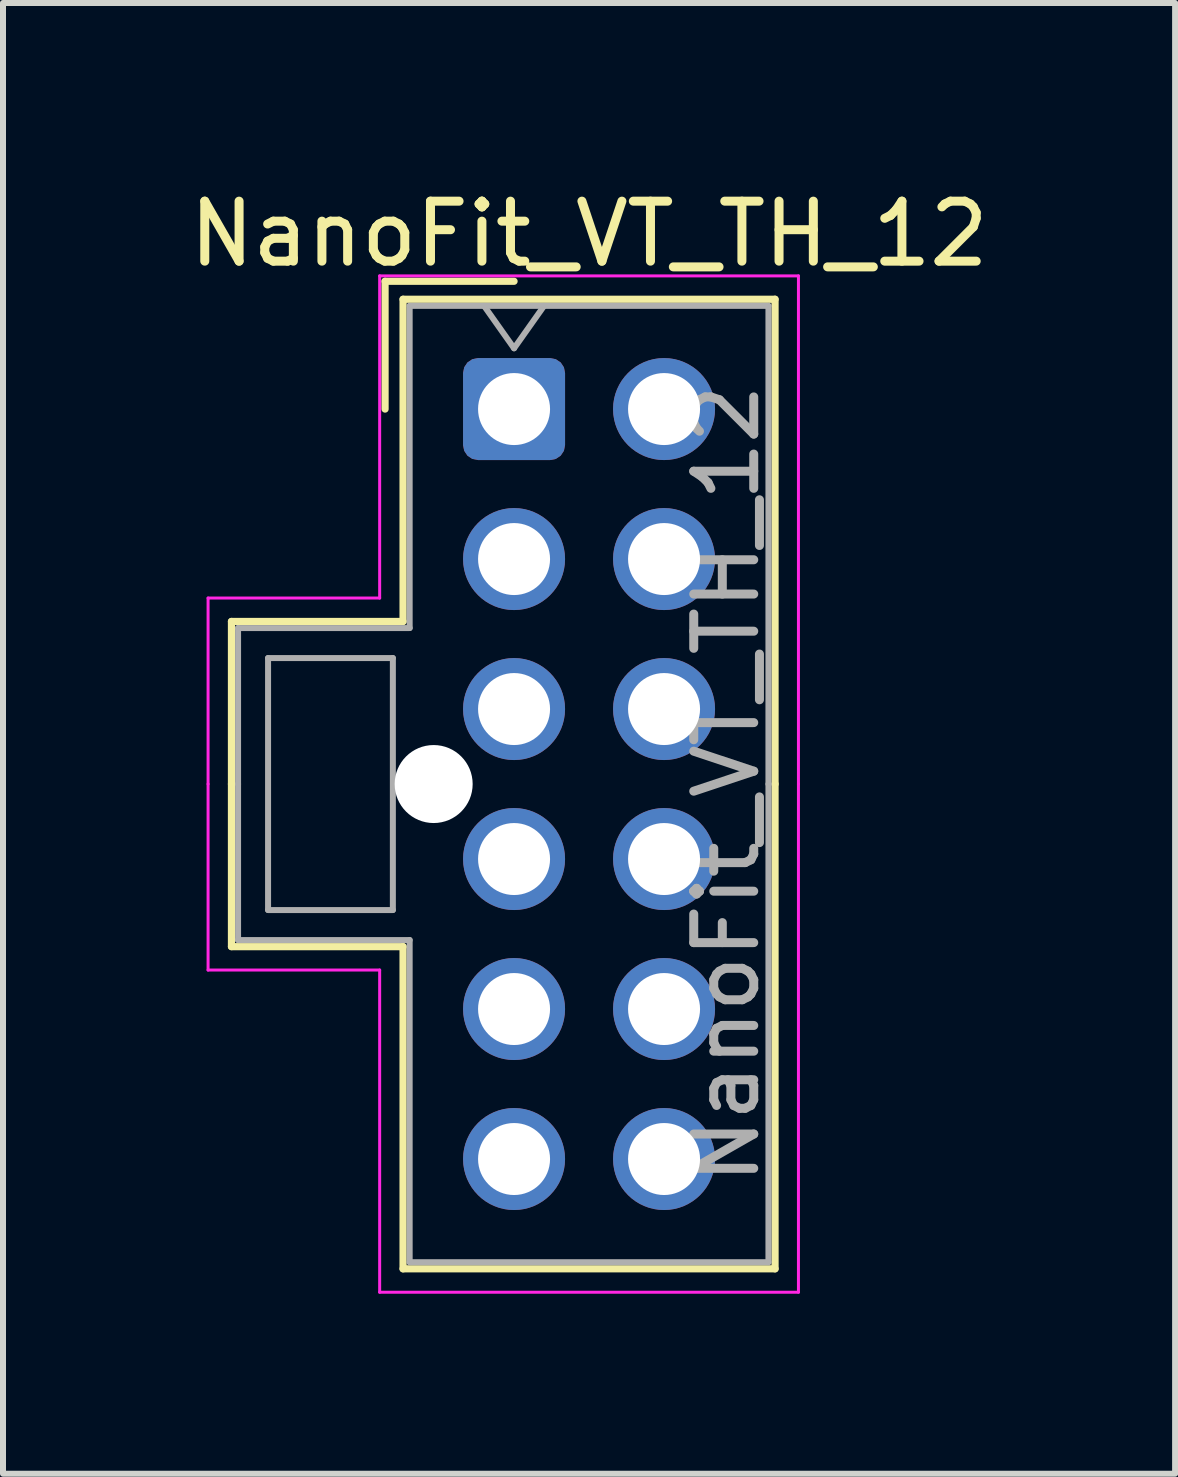
<source format=kicad_pcb>
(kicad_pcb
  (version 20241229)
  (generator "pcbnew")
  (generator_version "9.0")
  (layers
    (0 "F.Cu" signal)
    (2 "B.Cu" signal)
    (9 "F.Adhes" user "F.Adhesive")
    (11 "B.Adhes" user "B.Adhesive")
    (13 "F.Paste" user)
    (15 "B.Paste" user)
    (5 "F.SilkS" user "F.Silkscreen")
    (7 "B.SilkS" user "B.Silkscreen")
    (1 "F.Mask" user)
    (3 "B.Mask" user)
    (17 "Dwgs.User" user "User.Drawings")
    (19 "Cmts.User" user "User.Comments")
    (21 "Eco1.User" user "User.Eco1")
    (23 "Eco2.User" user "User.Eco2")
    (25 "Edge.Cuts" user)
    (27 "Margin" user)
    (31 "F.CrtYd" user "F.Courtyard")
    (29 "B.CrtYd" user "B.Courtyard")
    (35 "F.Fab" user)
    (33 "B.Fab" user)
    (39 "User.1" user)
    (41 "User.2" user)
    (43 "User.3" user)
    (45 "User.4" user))
  (footprint "NanoFit_VT_TH_12"
    (layer "F.Cu")
    (at 5.518 3.768)
    (property "Reference" "NanoFit_VT_TH_12" (at 1.25 -2.92 0) (layer "F.SilkS") (effects (font (size 1 1) (thickness 0.15))))
    (attr through_hole)
    (fp_line (start -4.71 3.54) (end -4.71 6.25) (stroke (width 0.12) (type solid)) (layer "F.SilkS"))
    (fp_line (start -4.71 8.96) (end -4.71 6.25) (stroke (width 0.12) (type solid)) (layer "F.SilkS"))
    (fp_line (start -2.15 -2.13) (end -2.15 0) (stroke (width 0.12) (type solid)) (layer "F.SilkS"))
    (fp_line (start -1.85 -1.83) (end -1.85 3.54) (stroke (width 0.12) (type solid)) (layer "F.SilkS"))
    (fp_line (start -1.85 3.54) (end -4.71 3.54) (stroke (width 0.12) (type solid)) (layer "F.SilkS"))
    (fp_line (start -1.85 8.96) (end -4.71 8.96) (stroke (width 0.12) (type solid)) (layer "F.SilkS"))
    (fp_line (start -1.85 14.33) (end -1.85 8.96) (stroke (width 0.12) (type solid)) (layer "F.SilkS"))
    (fp_line (start 0 -2.13) (end -2.15 -2.13) (stroke (width 0.12) (type solid)) (layer "F.SilkS"))
    (fp_line (start 4.35 -1.83) (end -1.85 -1.83) (stroke (width 0.12) (type solid)) (layer "F.SilkS"))
    (fp_line (start 4.35 6.25) (end 4.35 -1.83) (stroke (width 0.12) (type solid)) (layer "F.SilkS"))
    (fp_line (start 4.35 6.25) (end 4.35 14.33) (stroke (width 0.12) (type solid)) (layer "F.SilkS"))
    (fp_line (start 4.35 14.33) (end -1.85 14.33) (stroke (width 0.12) (type solid)) (layer "F.SilkS"))
    (fp_line (start -5.1 3.15) (end -5.1 6.25) (stroke (width 0.05) (type solid)) (layer "F.CrtYd"))
    (fp_line (start -5.1 9.35) (end -5.1 6.25) (stroke (width 0.05) (type solid)) (layer "F.CrtYd"))
    (fp_line (start -2.24 -2.22) (end -2.24 3.15) (stroke (width 0.05) (type solid)) (layer "F.CrtYd"))
    (fp_line (start -2.24 3.15) (end -5.1 3.15) (stroke (width 0.05) (type solid)) (layer "F.CrtYd"))
    (fp_line (start -2.24 9.35) (end -5.1 9.35) (stroke (width 0.05) (type solid)) (layer "F.CrtYd"))
    (fp_line (start -2.24 14.72) (end -2.24 9.35) (stroke (width 0.05) (type solid)) (layer "F.CrtYd"))
    (fp_line (start 4.74 -2.22) (end -2.24 -2.22) (stroke (width 0.05) (type solid)) (layer "F.CrtYd"))
    (fp_line (start 4.74 6.25) (end 4.74 -2.22) (stroke (width 0.05) (type solid)) (layer "F.CrtYd"))
    (fp_line (start 4.74 6.25) (end 4.74 14.72) (stroke (width 0.05) (type solid)) (layer "F.CrtYd"))
    (fp_line (start 4.74 14.72) (end -2.24 14.72) (stroke (width 0.05) (type solid)) (layer "F.CrtYd"))
    (fp_line (start -4.6 3.65) (end -4.6 6.25) (stroke (width 0.1) (type solid)) (layer "F.Fab"))
    (fp_line (start -4.6 8.85) (end -4.6 6.25) (stroke (width 0.1) (type solid)) (layer "F.Fab"))
    (fp_line (start -4.1 4.15) (end -4.1 8.35) (stroke (width 0.1) (type solid)) (layer "F.Fab"))
    (fp_line (start -4.1 8.35) (end -2.02 8.35) (stroke (width 0.1) (type solid)) (layer "F.Fab"))
    (fp_line (start -2.02 4.15) (end -4.1 4.15) (stroke (width 0.1) (type solid)) (layer "F.Fab"))
    (fp_line (start -2.02 8.35) (end -2.02 4.15) (stroke (width 0.1) (type solid)) (layer "F.Fab"))
    (fp_line (start -1.74 -1.72) (end -1.74 3.65) (stroke (width 0.1) (type solid)) (layer "F.Fab"))
    (fp_line (start -1.74 3.65) (end -4.6 3.65) (stroke (width 0.1) (type solid)) (layer "F.Fab"))
    (fp_line (start -1.74 8.85) (end -4.6 8.85) (stroke (width 0.1) (type solid)) (layer "F.Fab"))
    (fp_line (start -1.74 14.22) (end -1.74 8.85) (stroke (width 0.1) (type solid)) (layer "F.Fab"))
    (fp_line (start -0.5 -1.72) (end 0 -1.013) (stroke (width 0.1) (type solid)) (layer "F.Fab"))
    (fp_line (start 0 -1.013) (end 0.5 -1.72) (stroke (width 0.1) (type solid)) (layer "F.Fab"))
    (fp_line (start 4.24 -1.72) (end -1.74 -1.72) (stroke (width 0.1) (type solid)) (layer "F.Fab"))
    (fp_line (start 4.24 6.25) (end 4.24 -1.72) (stroke (width 0.1) (type solid)) (layer "F.Fab"))
    (fp_line (start 4.24 6.25) (end 4.24 14.22) (stroke (width 0.1) (type solid)) (layer "F.Fab"))
    (fp_line (start 4.24 14.22) (end -1.74 14.22) (stroke (width 0.1) (type solid)) (layer "F.Fab"))
    (fp_text user "${REFERENCE}" (at 3.54 6.25 90) (layer "F.Fab") (effects (font (size 1 1) (thickness 0.15))))
    (pad "" np_thru_hole circle (at -1.34 6.25) (size 1.3 1.3) (drill 1.3) (layers "*.Cu" "*.Mask"))
    (pad "1" thru_hole roundrect (at 0 0) (size 1.7 1.7) (drill 1.2) (layers "*.Cu" "*.Mask") (roundrect_rratio 0.147))
    (pad "2" thru_hole circle (at 0 2.5) (size 1.7 1.7) (drill 1.2) (layers "*.Cu" "*.Mask"))
    (pad "3" thru_hole circle (at 0 5) (size 1.7 1.7) (drill 1.2) (layers "*.Cu" "*.Mask"))
    (pad "4" thru_hole circle (at 0 7.5) (size 1.7 1.7) (drill 1.2) (layers "*.Cu" "*.Mask"))
    (pad "5" thru_hole circle (at 0 10) (size 1.7 1.7) (drill 1.2) (layers "*.Cu" "*.Mask"))
    (pad "6" thru_hole circle (at 0 12.5) (size 1.7 1.7) (drill 1.2) (layers "*.Cu" "*.Mask"))
    (pad "7" thru_hole circle (at 2.5 0) (size 1.7 1.7) (drill 1.2) (layers "*.Cu" "*.Mask"))
    (pad "8" thru_hole circle (at 2.5 2.5) (size 1.7 1.7) (drill 1.2) (layers "*.Cu" "*.Mask"))
    (pad "9" thru_hole circle (at 2.5 5) (size 1.7 1.7) (drill 1.2) (layers "*.Cu" "*.Mask"))
    (pad "10" thru_hole circle (at 2.5 7.5) (size 1.7 1.7) (drill 1.2) (layers "*.Cu" "*.Mask"))
    (pad "11" thru_hole circle (at 2.5 10) (size 1.7 1.7) (drill 1.2) (layers "*.Cu" "*.Mask"))
    (pad "12" thru_hole circle (at 2.5 12.5) (size 1.7 1.7) (drill 1.2) (layers "*.Cu" "*.Mask")))
  (gr_rect
    (start -3 -3)
    (end 16.536 21.513)
    (stroke (width 0.1) (type default))
    (fill no)
    (layer "Edge.Cuts")))
</source>
